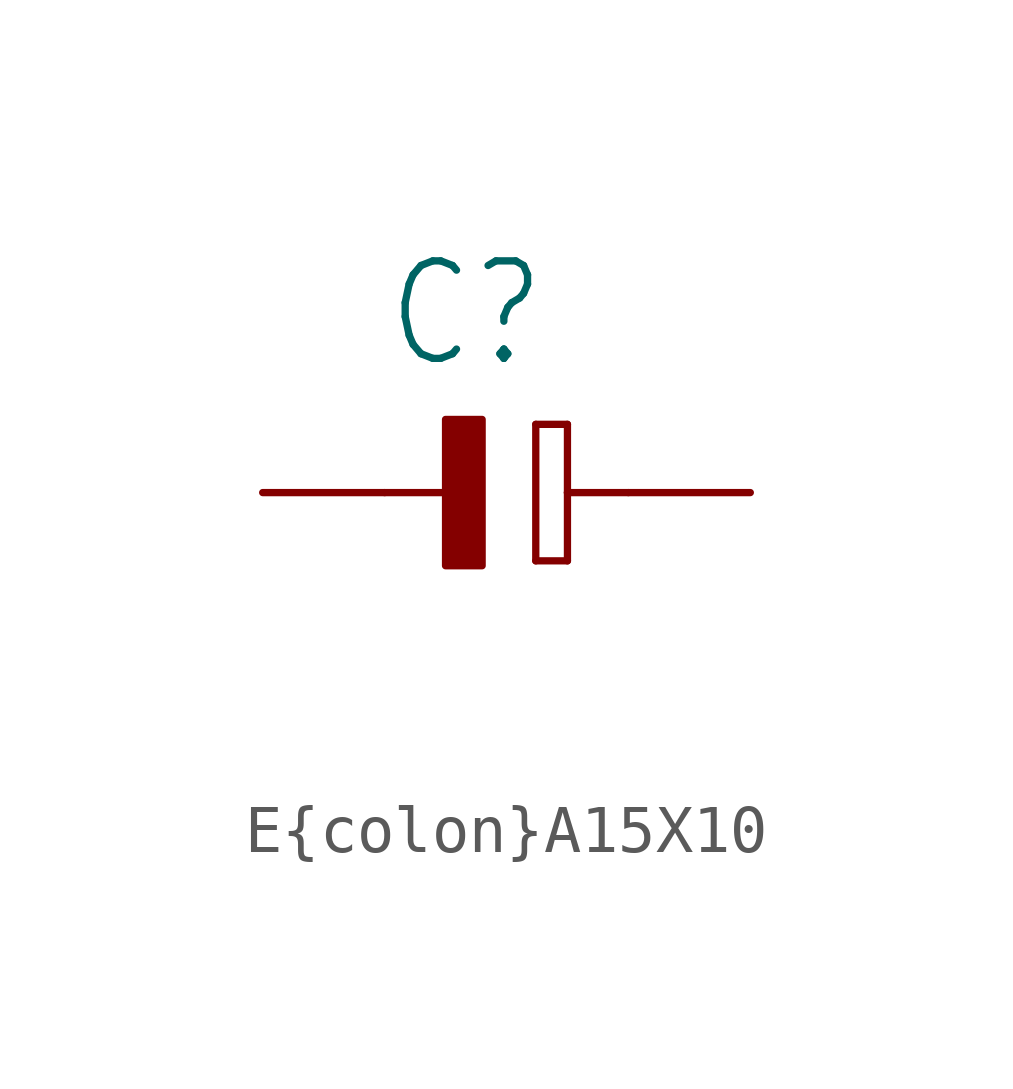
<source format=kicad_sym>
(kicad_symbol_lib
  (version 20241209)
  (generator "kicad_symbol_editor")
  (generator_version "9.0")
  (symbol "E{colon}A15X10"
    (property "Reference" "C"
      (at -2.54 2.54 0)
      (effects (font (size 2.032 1.727)) (justify left bottom)))
    (property "Value" ""
      (at -2.54 -5.08 0)
      (effects (font (size 2.032 1.727)) (justify left bottom)))
    (property "ki_locked" ""
      (at 0 0 0)
      (effects (font (size 1.27 1.27))))
    (symbol "E{colon}A15X10_1_0"
      (polyline (pts (xy -2.54 0) (xy -1.27 0)) (stroke (width 0.152) (type solid)) (fill (type none)))
      (rectangle (start -1.27 -1.524) (end -0.508 1.524) (stroke (width 0) (type default)) (fill (type outline)))
      (polyline (pts (xy 0.61 1.422) (xy 0.61 -1.422)) (stroke (width 0.152) (type solid)) (fill (type none)))
      (polyline (pts (xy 0.61 -1.422) (xy 1.27 -1.422)) (stroke (width 0.152) (type solid)) (fill (type none)))
      (polyline (pts (xy 1.27 1.422) (xy 0.61 1.422)) (stroke (width 0.152) (type solid)) (fill (type none)))
      (polyline (pts (xy 1.27 1.422) (xy 1.27 0)) (stroke (width 0.152) (type solid)) (fill (type none)))
      (polyline (pts (xy 1.27 0) (xy 1.27 -1.422)) (stroke (width 0.152) (type solid)) (fill (type none)))
      (polyline (pts (xy 1.27 0) (xy 2.54 0)) (stroke (width 0.152) (type solid)) (fill (type none)))
      (pin passive line (at -5.08 0 0) (length 2.54) (name "N" (effects (font (size 0 0)))) (number "2" (effects (font (size 0 0)))))
      (pin passive line (at 5.08 0 180) (length 2.54) (name "P" (effects (font (size 0 0)))) (number "1" (effects (font (size 0 0))))))))
</source>
